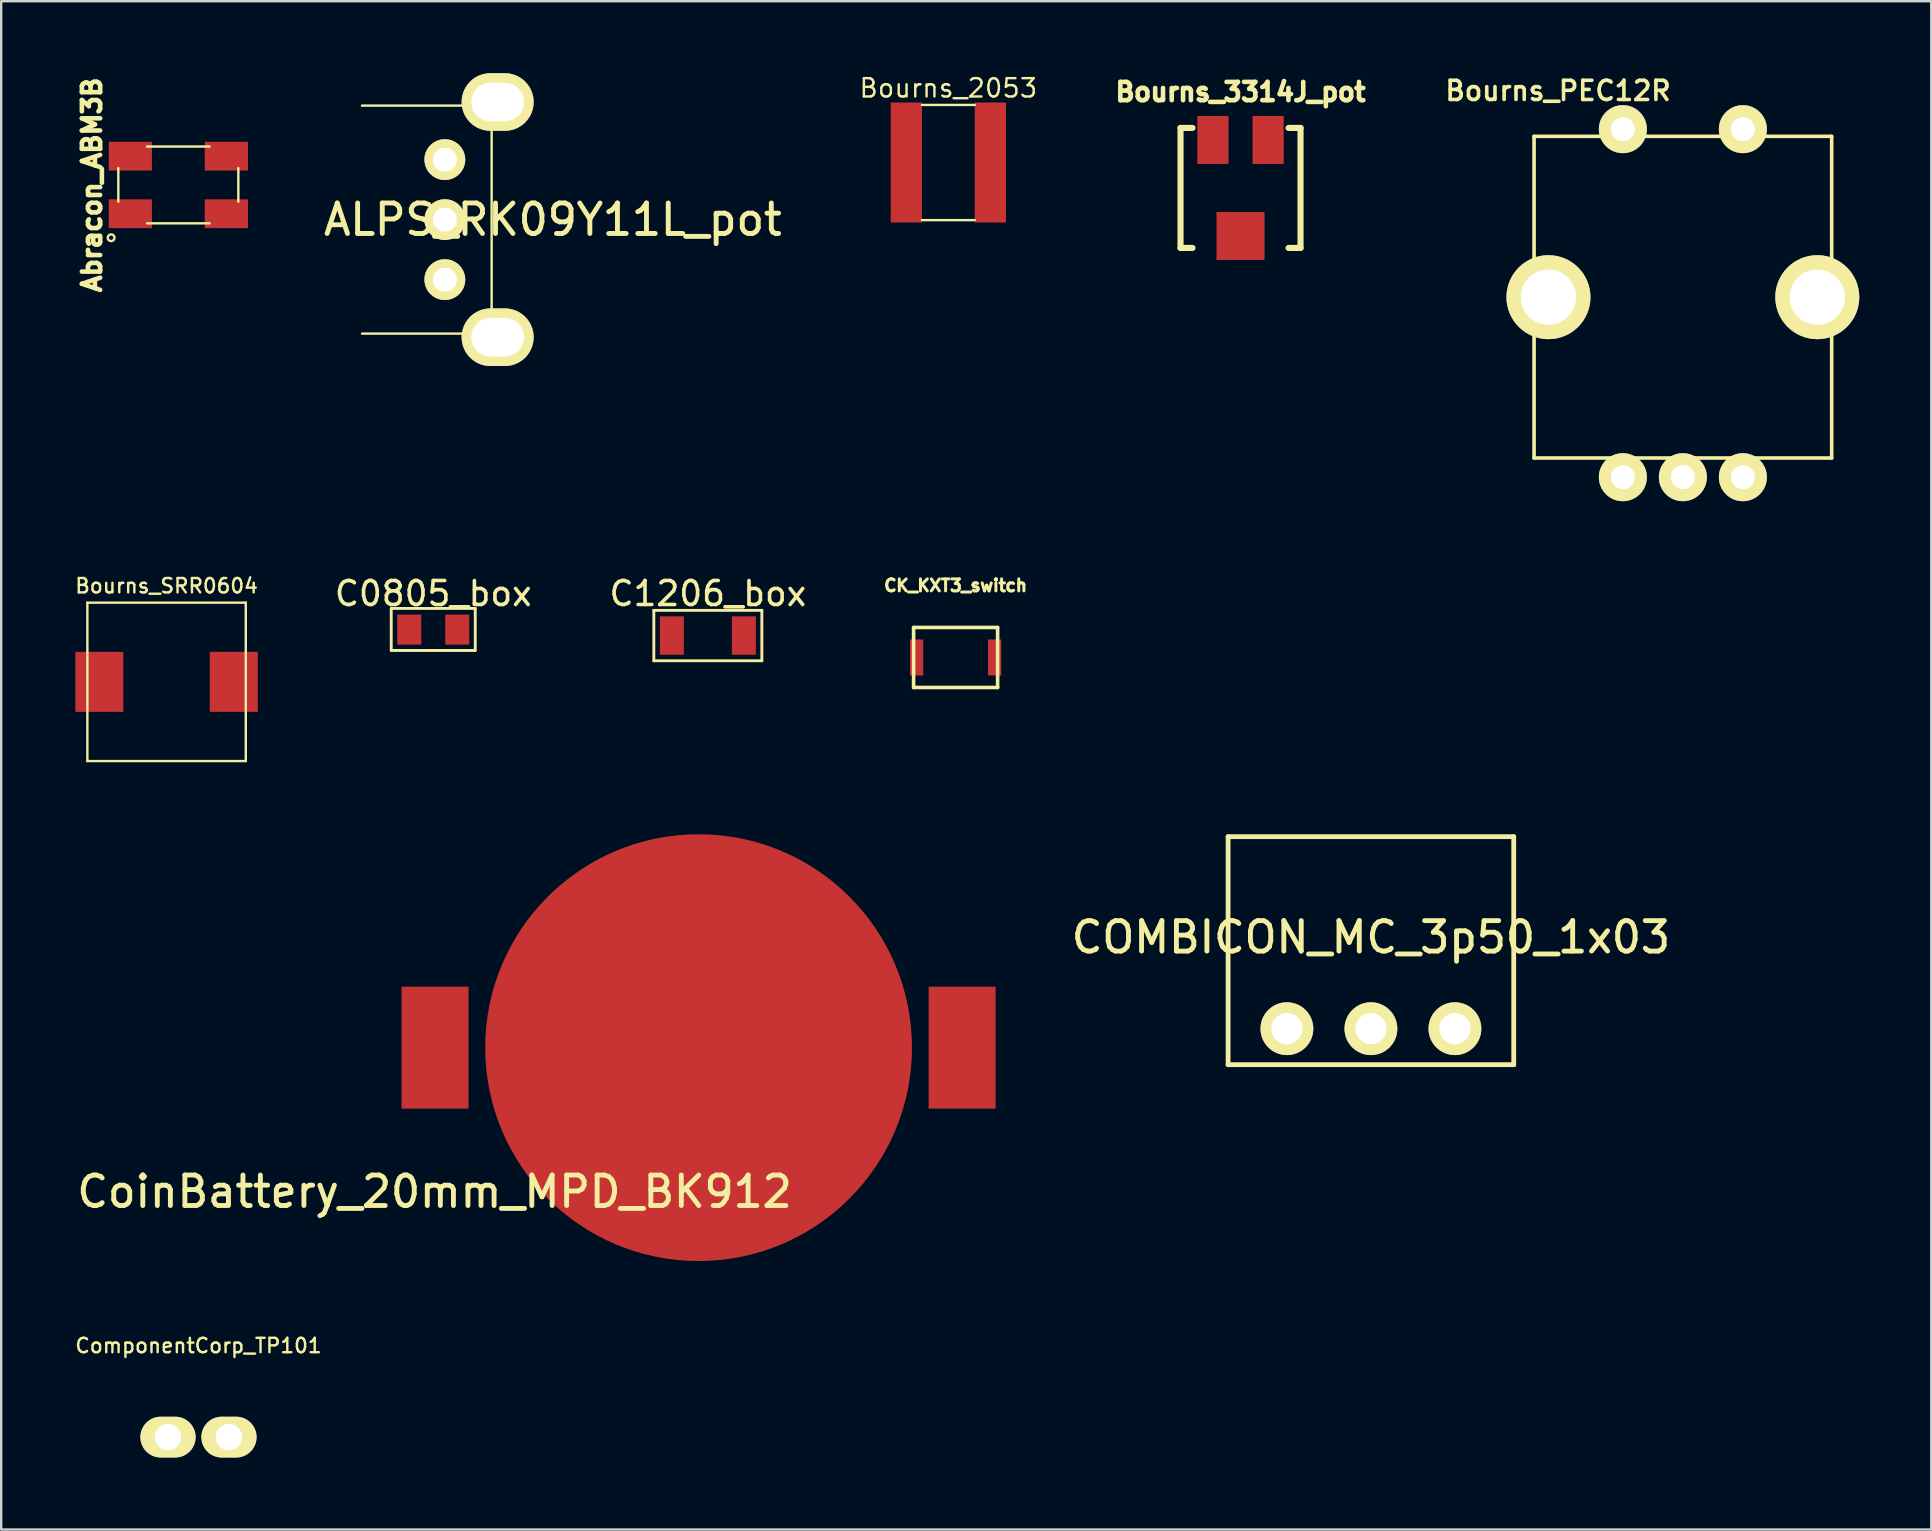
<source format=kicad_pcb>
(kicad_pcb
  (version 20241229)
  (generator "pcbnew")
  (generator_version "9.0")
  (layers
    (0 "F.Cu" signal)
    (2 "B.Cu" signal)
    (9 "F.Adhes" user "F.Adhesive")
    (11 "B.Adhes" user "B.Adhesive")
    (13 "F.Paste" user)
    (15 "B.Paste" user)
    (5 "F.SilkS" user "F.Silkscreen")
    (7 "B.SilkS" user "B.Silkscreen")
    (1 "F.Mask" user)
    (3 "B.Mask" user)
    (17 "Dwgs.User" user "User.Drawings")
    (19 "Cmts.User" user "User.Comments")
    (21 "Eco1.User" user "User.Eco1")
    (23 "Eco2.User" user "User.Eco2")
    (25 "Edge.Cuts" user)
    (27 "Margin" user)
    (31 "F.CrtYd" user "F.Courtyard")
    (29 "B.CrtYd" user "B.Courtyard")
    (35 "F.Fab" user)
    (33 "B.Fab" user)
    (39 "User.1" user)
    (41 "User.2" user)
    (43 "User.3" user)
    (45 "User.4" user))
  (footprint "Bourns_2053"
    (layer "F.Cu")
    (at 36.461 3.721)
    (property "Reference" "Bourns_2053" (at 0 -3.1 0) (layer "F.SilkS") (effects (font (size 0.762 0.762) (thickness 0.1))))
    (attr smd)
    (fp_line (start -1.1 -2.4) (end 1.1 -2.4) (stroke (width 0.1) (type solid)) (layer "F.SilkS"))
    (fp_line (start -1.1 2.4) (end 1.1 2.4) (stroke (width 0.1) (type solid)) (layer "F.SilkS"))
    (pad "1" smd rect (at -1.75 0) (size 1.3 5) (layers "F.Cu" "F.Mask" "F.Paste"))
    (pad "2" smd rect (at 1.75 0) (size 1.3 5) (layers "F.Cu" "F.Mask" "F.Paste")))
  (footprint "C1206_box"
    (layer "F.Cu")
    (at 26.441 23.43)
    (property "Reference" "C1206_box" (at 0 -1.75 0) (layer "F.SilkS") (effects (font (size 1 1) (thickness 0.15))))
    (attr smd)
    (fp_line (start -2.25 -1.05) (end -2.25 1.05) (stroke (width 0.12) (type solid)) (layer "F.SilkS"))
    (fp_line (start -2.25 -1.05) (end 2.25 -1.05) (stroke (width 0.12) (type solid)) (layer "F.SilkS"))
    (fp_line (start 2.25 1.05) (end -2.25 1.05) (stroke (width 0.12) (type solid)) (layer "F.SilkS"))
    (fp_line (start 2.25 1.05) (end 2.25 -1.05) (stroke (width 0.12) (type solid)) (layer "F.SilkS"))
    (pad "1" smd rect (at -1.5 0) (size 1 1.6) (layers "F.Cu" "F.Mask" "F.Paste"))
    (pad "2" smd rect (at 1.5 0) (size 1 1.6) (layers "F.Cu" "F.Mask" "F.Paste")))
  (footprint "CK_KXT3_switch"
    (layer "F.Cu")
    (at 36.763 24.343)
    (property "Reference" "CK_KXT3_switch" (at 0 -3 0) (layer "F.SilkS") (effects (font (size 0.5 0.5) (thickness 0.15))))
    (attr smd)
    (fp_line (start -1.75 -1.25) (end 1.75 -1.25) (stroke (width 0.15) (type solid)) (layer "F.SilkS"))
    (fp_line (start -1.75 1.25) (end -1.75 -1.25) (stroke (width 0.15) (type solid)) (layer "F.SilkS"))
    (fp_line (start 1.75 -1.25) (end 1.75 1.25) (stroke (width 0.15) (type solid)) (layer "F.SilkS"))
    (fp_line (start 1.75 1.25) (end -1.75 1.25) (stroke (width 0.15) (type solid)) (layer "F.SilkS"))
    (pad "1" smd rect (at -1.625 0) (size 0.55 1.5) (layers "F.Cu" "F.Mask" "F.Paste"))
    (pad "2" smd rect (at 1.625 0) (size 0.55 1.5) (layers "F.Cu" "F.Mask" "F.Paste")))
  (footprint "CoinBattery_20mm_MPD_BK912"
    (layer "F.Cu")
    (at 26.055 40.598)
    (property "Reference" "CoinBattery_20mm_MPD_BK912" (at -11 6 0) (layer "F.SilkS") (effects (font (size 1.27 1.27) (thickness 0.203))))
    (attr smd)
    (pad "1" smd rect (at -10.98 0) (size 2.79 5.08) (layers "F.Cu" "F.Mask" "F.Paste"))
    (pad "1" smd rect (at 10.98 0) (size 2.79 5.08) (layers "F.Cu" "F.Mask" "F.Paste"))
    (pad "2" smd circle (at 0 0) (size 17.78 17.78) (layers "F.Cu" "F.Mask" "F.Paste")))
  (footprint "Abracon_ABM3B"
    (layer "F.Cu")
    (at 4.38 4.655)
    (property "Reference" "Abracon_ABM3B" (at -3.6 0 90) (layer "F.SilkS") (effects (font (size 0.762 0.762) (thickness 0.191))))
    (attr smd)
    (fp_line (start -2.5 0.7) (end -2.5 -0.7) (stroke (width 0.1) (type solid)) (layer "F.SilkS"))
    (fp_line (start -1.3 -1.6) (end 1.3 -1.6) (stroke (width 0.1) (type solid)) (layer "F.SilkS"))
    (fp_line (start 1.3 1.6) (end -1.3 1.6) (stroke (width 0.1) (type solid)) (layer "F.SilkS"))
    (fp_line (start 2.5 -0.7) (end 2.5 0.7) (stroke (width 0.1) (type solid)) (layer "F.SilkS"))
    (fp_circle (center -2.8 2.2) (end -2.9 2.3) (stroke (width 0.1) (type solid)) (fill no) (layer "F.SilkS"))
    (pad "1" smd rect (at -2 1.2) (size 1.8 1.2) (layers "F.Cu" "F.Mask" "F.Paste"))
    (pad "2" smd rect (at 2 1.2) (size 1.8 1.2) (layers "F.Cu" "F.Mask" "F.Paste"))
    (pad "3" smd rect (at 2 -1.2) (size 1.8 1.2) (layers "F.Cu" "F.Mask" "F.Paste"))
    (pad "4" smd rect (at -2 -1.2) (size 1.8 1.2) (layers "F.Cu" "F.Mask" "F.Paste")))
  (footprint "Bourns_PEC12R"
    (layer "F.Cu")
    (at 67.063 9.331)
    (property "Reference" "Bourns_PEC12R" (at -5.2 -8.6 0) (layer "F.SilkS") (effects (font (size 0.8 0.8) (thickness 0.15))))
    (attr through_hole)
    (fp_line (start -6.2 -6.7) (end 6.2 -6.7) (stroke (width 0.15) (type solid)) (layer "F.SilkS"))
    (fp_line (start -6.2 6.7) (end -6.2 -6.7) (stroke (width 0.15) (type solid)) (layer "F.SilkS"))
    (fp_line (start 6.2 -6.7) (end 6.2 6.7) (stroke (width 0.15) (type solid)) (layer "F.SilkS"))
    (fp_line (start 6.2 6.7) (end -6.2 6.7) (stroke (width 0.15) (type solid)) (layer "F.SilkS"))
    (pad "1" thru_hole circle (at -2.5 -7) (size 2 2) (drill 1) (layers "*.Cu" "*.Mask" "F.SilkS"))
    (pad "2" thru_hole circle (at 2.5 -7) (size 2 2) (drill 1) (layers "*.Cu" "*.Mask" "F.SilkS"))
    (pad "3" thru_hole circle (at -2.5 7.5) (size 2 2) (drill 1) (layers "*.Cu" "*.Mask" "F.SilkS"))
    (pad "4" thru_hole circle (at 0 7.5) (size 2 2) (drill 1) (layers "*.Cu" "*.Mask" "F.SilkS"))
    (pad "5" thru_hole circle (at 2.5 7.5) (size 2 2) (drill 1) (layers "*.Cu" "*.Mask" "F.SilkS"))
    (pad "~" thru_hole circle (at -5.6 0) (size 3.5 3.5) (drill 2.3) (layers "*.Cu" "*.Mask" "F.SilkS"))
    (pad "~" thru_hole circle (at 5.6 0) (size 3.5 3.5) (drill 2.3) (layers "*.Cu" "*.Mask" "F.SilkS")))
  (footprint "C0805_box"
    (layer "F.Cu")
    (at 15 23.18)
    (property "Reference" "C0805_box" (at 0 -1.5 0) (layer "F.SilkS") (effects (font (size 1 1) (thickness 0.15))))
    (attr smd)
    (fp_line (start -1.75 -0.88) (end -1.75 0.87) (stroke (width 0.12) (type solid)) (layer "F.SilkS"))
    (fp_line (start -1.75 -0.88) (end 1.75 -0.88) (stroke (width 0.12) (type solid)) (layer "F.SilkS"))
    (fp_line (start 1.75 0.87) (end -1.75 0.87) (stroke (width 0.12) (type solid)) (layer "F.SilkS"))
    (fp_line (start 1.75 0.87) (end 1.75 -0.88) (stroke (width 0.12) (type solid)) (layer "F.SilkS"))
    (pad "1" smd rect (at -1 0) (size 1 1.25) (layers "F.Cu" "F.Mask" "F.Paste"))
    (pad "2" smd rect (at 1 0) (size 1 1.25) (layers "F.Cu" "F.Mask" "F.Paste")))
  (footprint "Bourns_SRR0604"
    (layer "F.Cu")
    (at 3.89 25.358)
    (property "Reference" "Bourns_SRR0604" (at 0 -4 0) (layer "F.SilkS") (effects (font (size 0.6 0.6) (thickness 0.1))))
    (attr smd)
    (fp_line (start -3.3 -3.3) (end 3.3 -3.3) (stroke (width 0.1) (type solid)) (layer "F.SilkS"))
    (fp_line (start -3.3 3.3) (end -3.3 -3.3) (stroke (width 0.1) (type solid)) (layer "F.SilkS"))
    (fp_line (start 3.3 -3.3) (end 3.3 3.3) (stroke (width 0.1) (type solid)) (layer "F.SilkS"))
    (fp_line (start 3.3 3.3) (end -3.3 3.3) (stroke (width 0.1) (type solid)) (layer "F.SilkS"))
    (pad "1" smd rect (at -2.8 0) (size 2 2.5) (layers "F.Cu" "F.Mask" "F.Paste"))
    (pad "2" smd rect (at 2.8 0) (size 2 2.5) (layers "F.Cu" "F.Mask" "F.Paste")))
  (footprint "ALPS_RK09Y11L_pot"
    (layer "F.Cu")
    (at 15.483 6.1)
    (property "Reference" "ALPS_RK09Y11L_pot" (at 4.5 0 0) (layer "F.SilkS") (effects (font (size 1.27 1.27) (thickness 0.203))))
    (attr through_hole)
    (fp_line (start -3.45 -4.75) (end 1.95 -4.75) (stroke (width 0.1) (type solid)) (layer "F.SilkS"))
    (fp_line (start 1.95 -4.75) (end 1.95 4.75) (stroke (width 0.1) (type solid)) (layer "F.SilkS"))
    (fp_line (start 1.95 4.75) (end -3.45 4.75) (stroke (width 0.1) (type solid)) (layer "F.SilkS"))
    (pad "1" thru_hole circle (at 0 -2.5) (size 1.7 1.7) (drill 1) (layers "*.Cu" "*.Mask" "F.SilkS"))
    (pad "2" thru_hole circle (at 0 0) (size 1.7 1.7) (drill 1) (layers "*.Cu" "*.Mask" "F.SilkS"))
    (pad "3" thru_hole circle (at 0 2.5) (size 1.7 1.7) (drill 1) (layers "*.Cu" "*.Mask" "F.SilkS"))
    (pad "~" thru_hole oval (at 2.2 -4.9) (size 3 2.4) (drill oval 2.2 1.6) (layers "*.Cu" "*.Mask" "F.SilkS"))
    (pad "~" thru_hole oval (at 2.2 4.9) (size 3 2.4) (drill oval 2.2 1.6) (layers "*.Cu" "*.Mask" "F.SilkS")))
  (footprint "Bourns_3314J_pot"
    (layer "F.Cu")
    (at 48.634 4.78)
    (property "Reference" "Bourns_3314J_pot" (at 0 -4 0) (layer "F.SilkS") (effects (font (size 0.762 0.762) (thickness 0.191))))
    (attr smd)
    (fp_line (start -2.5 -2.5) (end -2.5 2.5) (stroke (width 0.254) (type solid)) (layer "F.SilkS"))
    (fp_line (start -2.5 -2.5) (end -2 -2.5) (stroke (width 0.254) (type solid)) (layer "F.SilkS"))
    (fp_line (start -2.5 2.5) (end -2 2.5) (stroke (width 0.254) (type solid)) (layer "F.SilkS"))
    (fp_line (start 2 -2.5) (end 2.5 -2.5) (stroke (width 0.254) (type solid)) (layer "F.SilkS"))
    (fp_line (start 2 2.5) (end 2.5 2.5) (stroke (width 0.254) (type solid)) (layer "F.SilkS"))
    (fp_line (start 2.5 -2.5) (end 2.5 2.5) (stroke (width 0.254) (type solid)) (layer "F.SilkS"))
    (pad "1" smd rect (at -1.15 -2) (size 1.3 2) (layers "F.Cu" "F.Mask" "F.Paste"))
    (pad "2" smd rect (at 0 2) (size 2 2) (layers "F.Cu" "F.Mask" "F.Paste"))
    (pad "3" smd rect (at 1.15 -2) (size 1.3 2) (layers "F.Cu" "F.Mask" "F.Paste")))
  (footprint "ComponentCorp_TP101"
    (layer "F.Cu")
    (at 5.219 56.824)
    (property "Reference" "ComponentCorp_TP101" (at 0 -3.81 0) (layer "F.SilkS") (effects (font (size 0.6 0.6) (thickness 0.1))))
    (attr through_hole)
    (pad "1" thru_hole oval (at -1.27 0) (size 2.3 1.7) (drill 1.1) (layers "*.Cu" "*.Mask" "F.SilkS"))
    (pad "1" thru_hole oval (at 1.27 0) (size 2.3 1.7) (drill 1.1) (layers "*.Cu" "*.Mask" "F.SilkS")))
  (footprint "COMBICON_MC_3p50_1x03"
    (layer "F.Cu")
    (at 54.066 39.808)
    (property "Reference" "COMBICON_MC_3p50_1x03" (at 0 -3.81 0) (layer "F.SilkS") (effects (font (size 1.27 1.27) (thickness 0.203))))
    (attr through_hole)
    (fp_line (start -5.95 -8) (end 5.95 -8) (stroke (width 0.2) (type solid)) (layer "F.SilkS"))
    (fp_line (start -5.95 1.5) (end -5.95 -8) (stroke (width 0.2) (type solid)) (layer "F.SilkS"))
    (fp_line (start 5.95 -8) (end 5.95 1.5) (stroke (width 0.2) (type solid)) (layer "F.SilkS"))
    (fp_line (start 5.95 1.5) (end -5.95 1.5) (stroke (width 0.2) (type solid)) (layer "F.SilkS"))
    (pad "1" thru_hole oval (at -3.5 0) (size 2.2 2.2) (drill 1.3) (layers "*.Cu" "*.Mask" "F.SilkS"))
    (pad "2" thru_hole oval (at 0 0) (size 2.2 2.2) (drill 1.3) (layers "*.Cu" "*.Mask" "F.SilkS"))
    (pad "3" thru_hole oval (at 3.5 0) (size 2.2 2.2) (drill 1.3) (layers "*.Cu" "*.Mask" "F.SilkS")))
  (gr_rect
    (start -3 -3)
    (end 77.413 60.674)
    (stroke (width 0.1) (type default))
    (fill no)
    (layer "Edge.Cuts")))
</source>
